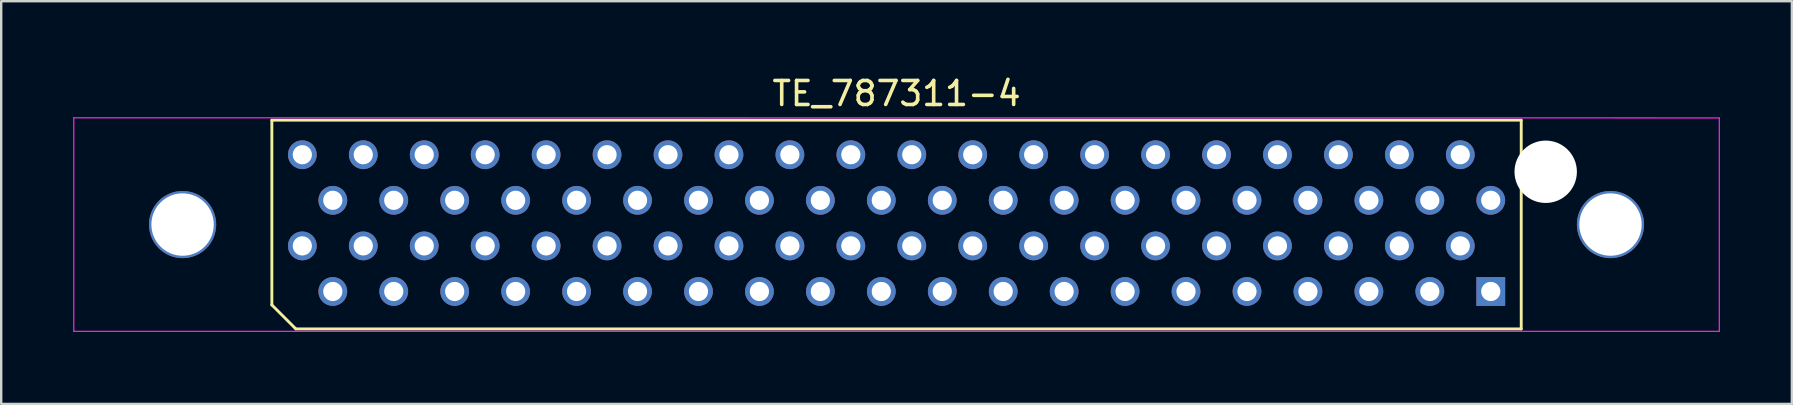
<source format=kicad_pcb>
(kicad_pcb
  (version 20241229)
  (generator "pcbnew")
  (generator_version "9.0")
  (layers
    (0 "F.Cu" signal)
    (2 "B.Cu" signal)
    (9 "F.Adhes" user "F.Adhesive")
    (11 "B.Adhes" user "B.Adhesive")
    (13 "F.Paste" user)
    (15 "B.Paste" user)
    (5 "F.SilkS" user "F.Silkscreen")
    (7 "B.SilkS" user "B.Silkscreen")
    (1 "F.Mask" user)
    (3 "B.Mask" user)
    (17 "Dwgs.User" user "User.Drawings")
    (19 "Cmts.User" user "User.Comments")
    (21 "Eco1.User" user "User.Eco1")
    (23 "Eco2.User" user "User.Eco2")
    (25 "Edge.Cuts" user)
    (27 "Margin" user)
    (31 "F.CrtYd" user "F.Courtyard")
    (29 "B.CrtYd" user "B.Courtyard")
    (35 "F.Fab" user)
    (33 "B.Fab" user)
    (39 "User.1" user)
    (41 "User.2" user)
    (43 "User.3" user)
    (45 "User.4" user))
  (footprint "TE_787311-4"
    (layer "F.Cu")
    (at 34.315 6.309)
    (property "Reference" "TE_787311-4" (at 0 -5.461 0) (layer "F.SilkS") (effects (font (size 1 1) (thickness 0.15))))
    (attr through_hole)
    (fp_line (start -26.035 -4.35) (end 26.035 -4.35) (stroke (width 0.12) (type solid)) (layer "F.SilkS"))
    (fp_line (start -26.035 3.35) (end -26.035 -4.35) (stroke (width 0.12) (type solid)) (layer "F.SilkS"))
    (fp_line (start -25.035 4.35) (end -26.035 3.35) (stroke (width 0.12) (type solid)) (layer "F.SilkS"))
    (fp_line (start 26.035 -4.35) (end 26.035 4.35) (stroke (width 0.12) (type solid)) (layer "F.SilkS"))
    (fp_line (start 26.035 4.35) (end -25.035 4.35) (stroke (width 0.12) (type solid)) (layer "F.SilkS"))
    (fp_line (start -34.29 -4.45) (end 34.29 -4.445) (stroke (width 0.05) (type solid)) (layer "F.CrtYd"))
    (fp_line (start -34.29 4.445) (end -34.29 -4.455) (stroke (width 0.05) (type solid)) (layer "F.CrtYd"))
    (fp_line (start 34.29 -4.45) (end 34.29 4.45) (stroke (width 0.05) (type solid)) (layer "F.CrtYd"))
    (fp_line (start 34.29 4.45) (end -34.29 4.45) (stroke (width 0.05) (type solid)) (layer "F.CrtYd"))
    (pad "" thru_hole circle (at -29.755 0) (size 2.8 2.8) (drill 2.6) (layers "*.Cu" "*.Mask"))
    (pad "" np_thru_hole circle (at 27.055 -2.2) (size 2.6 2.6) (drill 2.6) (layers "*.Cu" "*.Mask"))
    (pad "" thru_hole circle (at 29.755 0) (size 2.8 2.8) (drill 2.6) (layers "*.Cu" "*.Mask"))
    (pad "1" thru_hole rect (at 24.765 2.789) (size 1.2 1.2) (drill 0.8) (layers "*.Cu" "*.Mask"))
    (pad "2" thru_hole circle (at 23.495 0.889) (size 1.2 1.2) (drill 0.8) (layers "*.Cu" "*.Mask"))
    (pad "3" thru_hole circle (at 22.225 2.789) (size 1.2 1.2) (drill 0.8) (layers "*.Cu" "*.Mask"))
    (pad "4" thru_hole circle (at 20.955 0.889) (size 1.2 1.2) (drill 0.8) (layers "*.Cu" "*.Mask"))
    (pad "5" thru_hole circle (at 19.685 2.789) (size 1.2 1.2) (drill 0.8) (layers "*.Cu" "*.Mask"))
    (pad "6" thru_hole circle (at 18.415 0.889) (size 1.2 1.2) (drill 0.8) (layers "*.Cu" "*.Mask"))
    (pad "7" thru_hole circle (at 17.145 2.789) (size 1.2 1.2) (drill 0.8) (layers "*.Cu" "*.Mask"))
    (pad "8" thru_hole circle (at 15.875 0.889) (size 1.2 1.2) (drill 0.8) (layers "*.Cu" "*.Mask"))
    (pad "9" thru_hole circle (at 14.605 2.789) (size 1.2 1.2) (drill 0.8) (layers "*.Cu" "*.Mask"))
    (pad "10" thru_hole circle (at 13.335 0.889) (size 1.2 1.2) (drill 0.8) (layers "*.Cu" "*.Mask"))
    (pad "11" thru_hole circle (at 12.065 2.789) (size 1.2 1.2) (drill 0.8) (layers "*.Cu" "*.Mask"))
    (pad "12" thru_hole circle (at 10.795 0.889) (size 1.2 1.2) (drill 0.8) (layers "*.Cu" "*.Mask"))
    (pad "13" thru_hole circle (at 9.525 2.789) (size 1.2 1.2) (drill 0.8) (layers "*.Cu" "*.Mask"))
    (pad "14" thru_hole circle (at 8.255 0.889) (size 1.2 1.2) (drill 0.8) (layers "*.Cu" "*.Mask"))
    (pad "15" thru_hole circle (at 6.985 2.789) (size 1.2 1.2) (drill 0.8) (layers "*.Cu" "*.Mask"))
    (pad "16" thru_hole circle (at 5.715 0.889) (size 1.2 1.2) (drill 0.8) (layers "*.Cu" "*.Mask"))
    (pad "17" thru_hole circle (at 4.445 2.789) (size 1.2 1.2) (drill 0.8) (layers "*.Cu" "*.Mask"))
    (pad "18" thru_hole circle (at 3.175 0.889) (size 1.2 1.2) (drill 0.8) (layers "*.Cu" "*.Mask"))
    (pad "19" thru_hole circle (at 1.905 2.789) (size 1.2 1.2) (drill 0.8) (layers "*.Cu" "*.Mask"))
    (pad "20" thru_hole circle (at 0.635 0.889) (size 1.2 1.2) (drill 0.8) (layers "*.Cu" "*.Mask"))
    (pad "21" thru_hole circle (at -0.635 2.789) (size 1.2 1.2) (drill 0.8) (layers "*.Cu" "*.Mask"))
    (pad "22" thru_hole circle (at -1.905 0.889) (size 1.2 1.2) (drill 0.8) (layers "*.Cu" "*.Mask"))
    (pad "23" thru_hole circle (at -3.175 2.789) (size 1.2 1.2) (drill 0.8) (layers "*.Cu" "*.Mask"))
    (pad "24" thru_hole circle (at -4.445 0.889) (size 1.2 1.2) (drill 0.8) (layers "*.Cu" "*.Mask"))
    (pad "25" thru_hole circle (at -5.715 2.789) (size 1.2 1.2) (drill 0.8) (layers "*.Cu" "*.Mask"))
    (pad "26" thru_hole circle (at -6.985 0.889) (size 1.2 1.2) (drill 0.8) (layers "*.Cu" "*.Mask"))
    (pad "27" thru_hole circle (at -8.255 2.789) (size 1.2 1.2) (drill 0.8) (layers "*.Cu" "*.Mask"))
    (pad "28" thru_hole circle (at -9.525 0.889) (size 1.2 1.2) (drill 0.8) (layers "*.Cu" "*.Mask"))
    (pad "29" thru_hole circle (at -10.795 2.789) (size 1.2 1.2) (drill 0.8) (layers "*.Cu" "*.Mask"))
    (pad "30" thru_hole circle (at -12.065 0.889) (size 1.2 1.2) (drill 0.8) (layers "*.Cu" "*.Mask"))
    (pad "31" thru_hole circle (at -13.335 2.789) (size 1.2 1.2) (drill 0.8) (layers "*.Cu" "*.Mask"))
    (pad "32" thru_hole circle (at -14.605 0.889) (size 1.2 1.2) (drill 0.8) (layers "*.Cu" "*.Mask"))
    (pad "33" thru_hole circle (at -15.875 2.789) (size 1.2 1.2) (drill 0.8) (layers "*.Cu" "*.Mask"))
    (pad "34" thru_hole circle (at -17.145 0.889) (size 1.2 1.2) (drill 0.8) (layers "*.Cu" "*.Mask"))
    (pad "35" thru_hole circle (at -18.415 2.789) (size 1.2 1.2) (drill 0.8) (layers "*.Cu" "*.Mask"))
    (pad "36" thru_hole circle (at -19.685 0.889) (size 1.2 1.2) (drill 0.8) (layers "*.Cu" "*.Mask"))
    (pad "37" thru_hole circle (at -20.955 2.789) (size 1.2 1.2) (drill 0.8) (layers "*.Cu" "*.Mask"))
    (pad "38" thru_hole circle (at -22.225 0.889) (size 1.2 1.2) (drill 0.8) (layers "*.Cu" "*.Mask"))
    (pad "39" thru_hole circle (at -23.495 2.789) (size 1.2 1.2) (drill 0.8) (layers "*.Cu" "*.Mask"))
    (pad "40" thru_hole circle (at -24.765 0.889) (size 1.2 1.2) (drill 0.8) (layers "*.Cu" "*.Mask"))
    (pad "41" thru_hole circle (at 24.765 -1.011) (size 1.2 1.2) (drill 0.8) (layers "*.Cu" "*.Mask"))
    (pad "42" thru_hole circle (at 23.495 -2.911) (size 1.2 1.2) (drill 0.8) (layers "*.Cu" "*.Mask"))
    (pad "43" thru_hole circle (at 22.225 -1.011) (size 1.2 1.2) (drill 0.8) (layers "*.Cu" "*.Mask"))
    (pad "44" thru_hole circle (at 20.955 -2.911) (size 1.2 1.2) (drill 0.8) (layers "*.Cu" "*.Mask"))
    (pad "45" thru_hole circle (at 19.685 -1.011) (size 1.2 1.2) (drill 0.8) (layers "*.Cu" "*.Mask"))
    (pad "46" thru_hole circle (at 18.415 -2.911) (size 1.2 1.2) (drill 0.8) (layers "*.Cu" "*.Mask"))
    (pad "47" thru_hole circle (at 17.145 -1.011) (size 1.2 1.2) (drill 0.8) (layers "*.Cu" "*.Mask"))
    (pad "48" thru_hole circle (at 15.875 -2.911) (size 1.2 1.2) (drill 0.8) (layers "*.Cu" "*.Mask"))
    (pad "49" thru_hole circle (at 14.605 -1.011) (size 1.2 1.2) (drill 0.8) (layers "*.Cu" "*.Mask"))
    (pad "50" thru_hole circle (at 13.335 -2.911) (size 1.2 1.2) (drill 0.8) (layers "*.Cu" "*.Mask"))
    (pad "51" thru_hole circle (at 12.065 -1.011) (size 1.2 1.2) (drill 0.8) (layers "*.Cu" "*.Mask"))
    (pad "52" thru_hole circle (at 10.795 -2.911) (size 1.2 1.2) (drill 0.8) (layers "*.Cu" "*.Mask"))
    (pad "53" thru_hole circle (at 9.525 -1.011) (size 1.2 1.2) (drill 0.8) (layers "*.Cu" "*.Mask"))
    (pad "54" thru_hole circle (at 8.255 -2.911) (size 1.2 1.2) (drill 0.8) (layers "*.Cu" "*.Mask"))
    (pad "55" thru_hole circle (at 6.985 -1.011) (size 1.2 1.2) (drill 0.8) (layers "*.Cu" "*.Mask"))
    (pad "56" thru_hole circle (at 5.715 -2.911) (size 1.2 1.2) (drill 0.8) (layers "*.Cu" "*.Mask"))
    (pad "57" thru_hole circle (at 4.445 -1.011) (size 1.2 1.2) (drill 0.8) (layers "*.Cu" "*.Mask"))
    (pad "58" thru_hole circle (at 3.175 -2.911) (size 1.2 1.2) (drill 0.8) (layers "*.Cu" "*.Mask"))
    (pad "59" thru_hole circle (at 1.905 -1.011) (size 1.2 1.2) (drill 0.8) (layers "*.Cu" "*.Mask"))
    (pad "60" thru_hole circle (at 0.635 -2.911) (size 1.2 1.2) (drill 0.8) (layers "*.Cu" "*.Mask"))
    (pad "61" thru_hole circle (at -0.635 -1.011) (size 1.2 1.2) (drill 0.8) (layers "*.Cu" "*.Mask"))
    (pad "62" thru_hole circle (at -1.905 -2.911) (size 1.2 1.2) (drill 0.8) (layers "*.Cu" "*.Mask"))
    (pad "63" thru_hole circle (at -3.175 -1.011) (size 1.2 1.2) (drill 0.8) (layers "*.Cu" "*.Mask"))
    (pad "64" thru_hole circle (at -4.445 -2.911) (size 1.2 1.2) (drill 0.8) (layers "*.Cu" "*.Mask"))
    (pad "65" thru_hole circle (at -5.715 -1.011) (size 1.2 1.2) (drill 0.8) (layers "*.Cu" "*.Mask"))
    (pad "66" thru_hole circle (at -6.985 -2.911) (size 1.2 1.2) (drill 0.8) (layers "*.Cu" "*.Mask"))
    (pad "67" thru_hole circle (at -8.255 -1.011) (size 1.2 1.2) (drill 0.8) (layers "*.Cu" "*.Mask"))
    (pad "68" thru_hole circle (at -9.525 -2.911) (size 1.2 1.2) (drill 0.8) (layers "*.Cu" "*.Mask"))
    (pad "69" thru_hole circle (at -10.795 -1.011) (size 1.2 1.2) (drill 0.8) (layers "*.Cu" "*.Mask"))
    (pad "70" thru_hole circle (at -12.065 -2.911) (size 1.2 1.2) (drill 0.8) (layers "*.Cu" "*.Mask"))
    (pad "71" thru_hole circle (at -13.335 -1.011) (size 1.2 1.2) (drill 0.8) (layers "*.Cu" "*.Mask"))
    (pad "72" thru_hole circle (at -14.605 -2.911) (size 1.2 1.2) (drill 0.8) (layers "*.Cu" "*.Mask"))
    (pad "73" thru_hole circle (at -15.875 -1.011) (size 1.2 1.2) (drill 0.8) (layers "*.Cu" "*.Mask"))
    (pad "74" thru_hole circle (at -17.145 -2.911) (size 1.2 1.2) (drill 0.8) (layers "*.Cu" "*.Mask"))
    (pad "75" thru_hole circle (at -18.415 -1.011) (size 1.2 1.2) (drill 0.8) (layers "*.Cu" "*.Mask"))
    (pad "76" thru_hole circle (at -19.685 -2.911) (size 1.2 1.2) (drill 0.8) (layers "*.Cu" "*.Mask"))
    (pad "77" thru_hole circle (at -20.955 -1.011) (size 1.2 1.2) (drill 0.8) (layers "*.Cu" "*.Mask"))
    (pad "78" thru_hole circle (at -22.225 -2.911) (size 1.2 1.2) (drill 0.8) (layers "*.Cu" "*.Mask"))
    (pad "79" thru_hole circle (at -23.495 -1.011) (size 1.2 1.2) (drill 0.8) (layers "*.Cu" "*.Mask"))
    (pad "80" thru_hole circle (at -24.765 -2.911) (size 1.2 1.2) (drill 0.8) (layers "*.Cu" "*.Mask")))
  (gr_rect
    (start -3 -3)
    (end 71.63 13.784)
    (stroke (width 0.1) (type default))
    (fill no)
    (layer "Edge.Cuts")))
</source>
